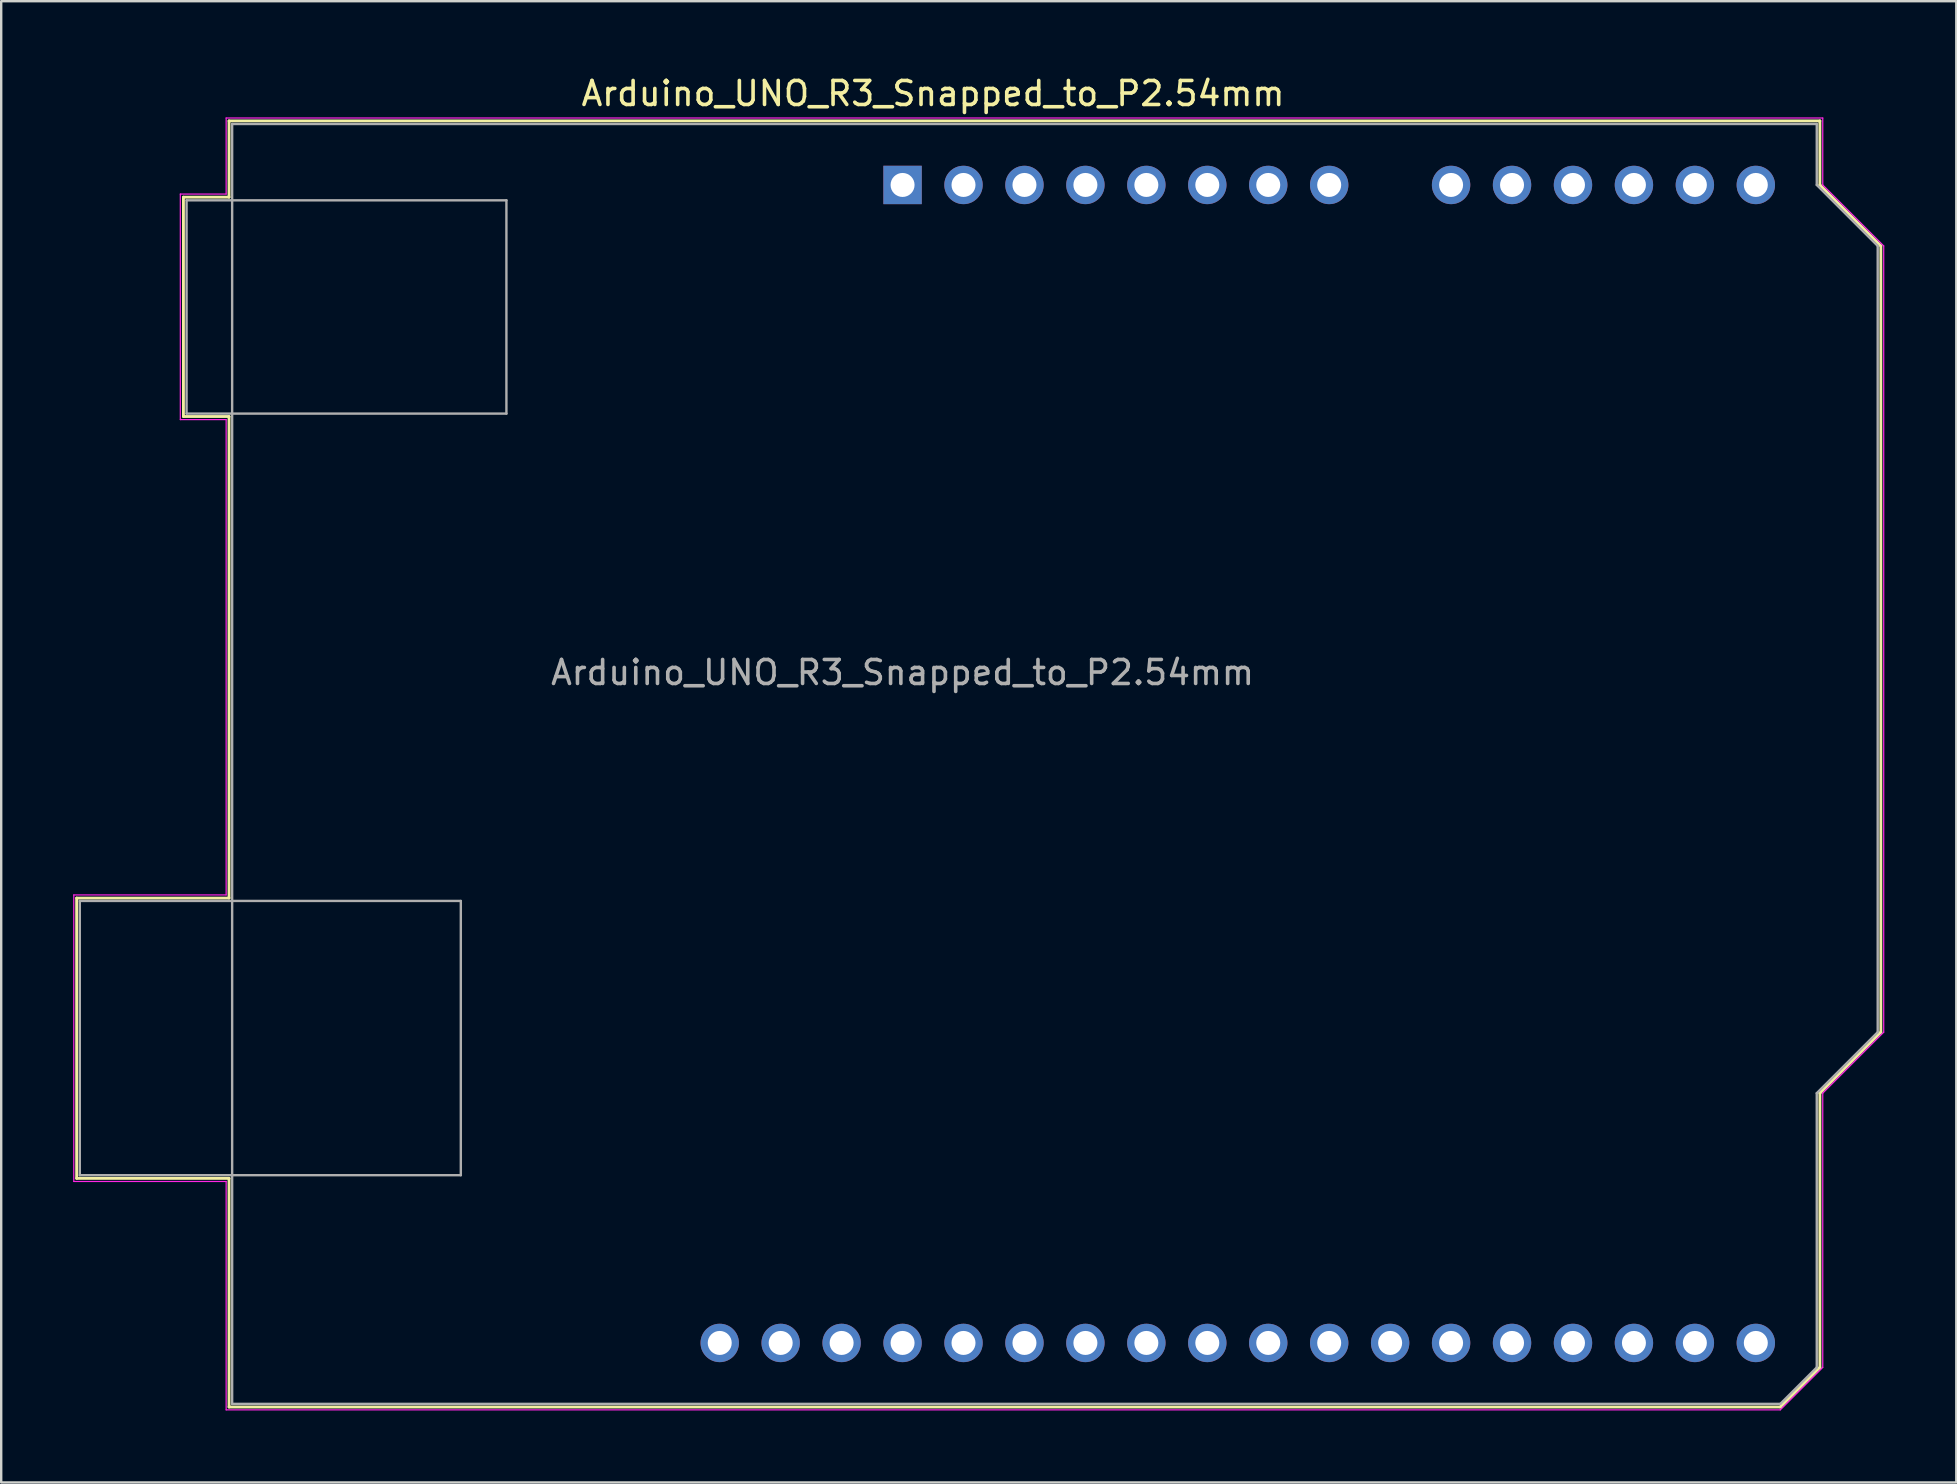
<source format=kicad_pcb>
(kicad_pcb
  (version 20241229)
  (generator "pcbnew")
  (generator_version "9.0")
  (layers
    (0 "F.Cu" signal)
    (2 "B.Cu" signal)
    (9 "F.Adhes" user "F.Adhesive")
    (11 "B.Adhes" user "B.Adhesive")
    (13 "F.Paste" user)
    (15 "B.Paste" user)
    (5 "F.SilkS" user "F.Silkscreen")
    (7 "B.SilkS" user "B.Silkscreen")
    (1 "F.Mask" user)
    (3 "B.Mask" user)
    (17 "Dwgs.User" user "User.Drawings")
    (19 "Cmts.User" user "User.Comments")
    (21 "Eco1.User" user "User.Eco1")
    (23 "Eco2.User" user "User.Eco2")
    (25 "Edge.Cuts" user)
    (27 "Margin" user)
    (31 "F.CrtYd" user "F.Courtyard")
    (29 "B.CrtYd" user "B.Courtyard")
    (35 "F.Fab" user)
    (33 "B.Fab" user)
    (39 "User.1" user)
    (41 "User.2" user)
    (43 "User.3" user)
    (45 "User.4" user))
  (footprint "Arduino_UNO_R3_Snapped_to_P2.54mm"
    (layer "F.Cu")
    (at 34.565 4.658)
    (property "Reference" "Arduino_UNO_R3_Snapped_to_P2.54mm" (at 1.27 -3.81 180) (layer "F.SilkS") (effects (font (size 1 1) (thickness 0.15))))
    (attr through_hole)
    (fp_line (start -34.42 29.72) (end -34.42 41.4) (stroke (width 0.12) (type solid)) (layer "F.SilkS"))
    (fp_line (start -34.42 41.4) (end -28.07 41.4) (stroke (width 0.12) (type solid)) (layer "F.SilkS"))
    (fp_line (start -29.97 0.51) (end -29.97 9.65) (stroke (width 0.12) (type solid)) (layer "F.SilkS"))
    (fp_line (start -29.97 9.65) (end -28.07 9.65) (stroke (width 0.12) (type solid)) (layer "F.SilkS"))
    (fp_line (start -28.07 -2.67) (end -28.07 0.51) (stroke (width 0.12) (type solid)) (layer "F.SilkS"))
    (fp_line (start -28.07 0.51) (end -29.97 0.51) (stroke (width 0.12) (type solid)) (layer "F.SilkS"))
    (fp_line (start -28.07 9.65) (end -28.07 29.72) (stroke (width 0.12) (type solid)) (layer "F.SilkS"))
    (fp_line (start -28.07 29.72) (end -34.42 29.72) (stroke (width 0.12) (type solid)) (layer "F.SilkS"))
    (fp_line (start -28.07 41.4) (end -28.07 50.93) (stroke (width 0.12) (type solid)) (layer "F.SilkS"))
    (fp_line (start -28.07 50.93) (end 36.58 50.93) (stroke (width 0.12) (type solid)) (layer "F.SilkS"))
    (fp_line (start 36.58 50.93) (end 38.23 49.28) (stroke (width 0.12) (type solid)) (layer "F.SilkS"))
    (fp_line (start 38.23 -2.67) (end -28.07 -2.67) (stroke (width 0.12) (type solid)) (layer "F.SilkS"))
    (fp_line (start 38.23 0) (end 38.23 -2.67) (stroke (width 0.12) (type solid)) (layer "F.SilkS"))
    (fp_line (start 38.23 37.85) (end 40.77 35.31) (stroke (width 0.12) (type solid)) (layer "F.SilkS"))
    (fp_line (start 38.23 49.28) (end 38.23 37.85) (stroke (width 0.12) (type solid)) (layer "F.SilkS"))
    (fp_line (start 40.77 2.54) (end 38.23 0) (stroke (width 0.12) (type solid)) (layer "F.SilkS"))
    (fp_line (start 40.77 35.31) (end 40.77 2.54) (stroke (width 0.12) (type solid)) (layer "F.SilkS"))
    (fp_line (start -34.54 29.59) (end -28.19 29.59) (stroke (width 0.05) (type solid)) (layer "F.CrtYd"))
    (fp_line (start -34.54 41.53) (end -34.54 29.59) (stroke (width 0.05) (type solid)) (layer "F.CrtYd"))
    (fp_line (start -30.1 0.38) (end -28.19 0.38) (stroke (width 0.05) (type solid)) (layer "F.CrtYd"))
    (fp_line (start -30.1 9.78) (end -30.1 0.38) (stroke (width 0.05) (type solid)) (layer "F.CrtYd"))
    (fp_line (start -28.19 -2.79) (end 38.35 -2.79) (stroke (width 0.05) (type solid)) (layer "F.CrtYd"))
    (fp_line (start -28.19 0.38) (end -28.19 -2.79) (stroke (width 0.05) (type solid)) (layer "F.CrtYd"))
    (fp_line (start -28.19 9.78) (end -30.1 9.78) (stroke (width 0.05) (type solid)) (layer "F.CrtYd"))
    (fp_line (start -28.19 29.59) (end -28.19 9.78) (stroke (width 0.05) (type solid)) (layer "F.CrtYd"))
    (fp_line (start -28.19 41.53) (end -34.54 41.53) (stroke (width 0.05) (type solid)) (layer "F.CrtYd"))
    (fp_line (start -28.19 51.05) (end -28.19 41.53) (stroke (width 0.05) (type solid)) (layer "F.CrtYd"))
    (fp_line (start 36.58 51.05) (end -28.19 51.05) (stroke (width 0.05) (type solid)) (layer "F.CrtYd"))
    (fp_line (start 38.35 -2.79) (end 38.35 0) (stroke (width 0.05) (type solid)) (layer "F.CrtYd"))
    (fp_line (start 38.35 0) (end 40.89 2.54) (stroke (width 0.05) (type solid)) (layer "F.CrtYd"))
    (fp_line (start 38.35 37.85) (end 38.35 49.28) (stroke (width 0.05) (type solid)) (layer "F.CrtYd"))
    (fp_line (start 38.35 49.28) (end 36.58 51.05) (stroke (width 0.05) (type solid)) (layer "F.CrtYd"))
    (fp_line (start 40.89 2.54) (end 40.89 35.31) (stroke (width 0.05) (type solid)) (layer "F.CrtYd"))
    (fp_line (start 40.89 35.31) (end 38.35 37.85) (stroke (width 0.05) (type solid)) (layer "F.CrtYd"))
    (fp_line (start -34.29 29.84) (end -18.41 29.84) (stroke (width 0.1) (type solid)) (layer "F.Fab"))
    (fp_line (start -34.29 41.27) (end -34.29 29.84) (stroke (width 0.1) (type solid)) (layer "F.Fab"))
    (fp_line (start -29.84 0.64) (end -16.51 0.64) (stroke (width 0.1) (type solid)) (layer "F.Fab"))
    (fp_line (start -29.84 9.53) (end -29.84 0.64) (stroke (width 0.1) (type solid)) (layer "F.Fab"))
    (fp_line (start -27.94 -2.54) (end 38.1 -2.54) (stroke (width 0.1) (type solid)) (layer "F.Fab"))
    (fp_line (start -27.94 50.8) (end -27.94 -2.54) (stroke (width 0.1) (type solid)) (layer "F.Fab"))
    (fp_line (start -18.41 29.84) (end -18.41 41.27) (stroke (width 0.1) (type solid)) (layer "F.Fab"))
    (fp_line (start -18.41 41.27) (end -34.29 41.27) (stroke (width 0.1) (type solid)) (layer "F.Fab"))
    (fp_line (start -16.51 0.64) (end -16.51 9.53) (stroke (width 0.1) (type solid)) (layer "F.Fab"))
    (fp_line (start -16.51 9.53) (end -29.84 9.53) (stroke (width 0.1) (type solid)) (layer "F.Fab"))
    (fp_line (start 36.58 50.8) (end -27.94 50.8) (stroke (width 0.1) (type solid)) (layer "F.Fab"))
    (fp_line (start 38.1 -2.54) (end 38.1 0) (stroke (width 0.1) (type solid)) (layer "F.Fab"))
    (fp_line (start 38.1 0) (end 40.64 2.54) (stroke (width 0.1) (type solid)) (layer "F.Fab"))
    (fp_line (start 38.1 37.85) (end 38.1 49.28) (stroke (width 0.1) (type solid)) (layer "F.Fab"))
    (fp_line (start 38.1 49.28) (end 36.58 50.8) (stroke (width 0.1) (type solid)) (layer "F.Fab"))
    (fp_line (start 40.64 2.54) (end 40.64 35.31) (stroke (width 0.1) (type solid)) (layer "F.Fab"))
    (fp_line (start 40.64 35.31) (end 38.1 37.85) (stroke (width 0.1) (type solid)) (layer "F.Fab"))
    (fp_text user "${REFERENCE}" (at 0 20.32 180) (layer "F.Fab") (effects (font (size 1 1) (thickness 0.15))))
    (pad "1" thru_hole rect (at 0 0 90) (size 1.6 1.6) (drill 1) (layers "*.Cu" "*.Mask"))
    (pad "2" thru_hole oval (at 2.54 0 90) (size 1.6 1.6) (drill 1) (layers "*.Cu" "*.Mask"))
    (pad "3" thru_hole oval (at 5.08 0 90) (size 1.6 1.6) (drill 1) (layers "*.Cu" "*.Mask"))
    (pad "4" thru_hole oval (at 7.62 0 90) (size 1.6 1.6) (drill 1) (layers "*.Cu" "*.Mask"))
    (pad "5" thru_hole oval (at 10.16 0 90) (size 1.6 1.6) (drill 1) (layers "*.Cu" "*.Mask"))
    (pad "6" thru_hole oval (at 12.7 0 90) (size 1.6 1.6) (drill 1) (layers "*.Cu" "*.Mask"))
    (pad "7" thru_hole oval (at 15.24 0 90) (size 1.6 1.6) (drill 1) (layers "*.Cu" "*.Mask"))
    (pad "8" thru_hole oval (at 17.78 0 90) (size 1.6 1.6) (drill 1) (layers "*.Cu" "*.Mask"))
    (pad "9" thru_hole oval (at 22.86 0 90) (size 1.6 1.6) (drill 1) (layers "*.Cu" "*.Mask"))
    (pad "10" thru_hole oval (at 25.4 0 90) (size 1.6 1.6) (drill 1) (layers "*.Cu" "*.Mask"))
    (pad "11" thru_hole oval (at 27.94 0 90) (size 1.6 1.6) (drill 1) (layers "*.Cu" "*.Mask"))
    (pad "12" thru_hole oval (at 30.48 0 90) (size 1.6 1.6) (drill 1) (layers "*.Cu" "*.Mask"))
    (pad "13" thru_hole oval (at 33.02 0 90) (size 1.6 1.6) (drill 1) (layers "*.Cu" "*.Mask"))
    (pad "14" thru_hole oval (at 35.56 0 90) (size 1.6 1.6) (drill 1) (layers "*.Cu" "*.Mask"))
    (pad "15" thru_hole oval (at 35.56 48.26 90) (size 1.6 1.6) (drill 1) (layers "*.Cu" "*.Mask"))
    (pad "16" thru_hole oval (at 33.02 48.26 90) (size 1.6 1.6) (drill 1) (layers "*.Cu" "*.Mask"))
    (pad "17" thru_hole oval (at 30.48 48.26 90) (size 1.6 1.6) (drill 1) (layers "*.Cu" "*.Mask"))
    (pad "18" thru_hole oval (at 27.94 48.26 90) (size 1.6 1.6) (drill 1) (layers "*.Cu" "*.Mask"))
    (pad "19" thru_hole oval (at 25.4 48.26 90) (size 1.6 1.6) (drill 1) (layers "*.Cu" "*.Mask"))
    (pad "20" thru_hole oval (at 22.86 48.26 90) (size 1.6 1.6) (drill 1) (layers "*.Cu" "*.Mask"))
    (pad "21" thru_hole oval (at 20.32 48.26 90) (size 1.6 1.6) (drill 1) (layers "*.Cu" "*.Mask"))
    (pad "22" thru_hole oval (at 17.78 48.26 90) (size 1.6 1.6) (drill 1) (layers "*.Cu" "*.Mask"))
    (pad "23" thru_hole oval (at 15.24 48.26 90) (size 1.6 1.6) (drill 1) (layers "*.Cu" "*.Mask"))
    (pad "24" thru_hole oval (at 12.7 48.26 90) (size 1.6 1.6) (drill 1) (layers "*.Cu" "*.Mask"))
    (pad "25" thru_hole oval (at 10.16 48.26 90) (size 1.6 1.6) (drill 1) (layers "*.Cu" "*.Mask"))
    (pad "26" thru_hole oval (at 7.62 48.26 90) (size 1.6 1.6) (drill 1) (layers "*.Cu" "*.Mask"))
    (pad "27" thru_hole oval (at 5.08 48.26 90) (size 1.6 1.6) (drill 1) (layers "*.Cu" "*.Mask"))
    (pad "28" thru_hole oval (at 2.54 48.26 90) (size 1.6 1.6) (drill 1) (layers "*.Cu" "*.Mask"))
    (pad "29" thru_hole oval (at 0 48.26 90) (size 1.6 1.6) (drill 1) (layers "*.Cu" "*.Mask"))
    (pad "30" thru_hole oval (at -2.54 48.26 90) (size 1.6 1.6) (drill 1) (layers "*.Cu" "*.Mask"))
    (pad "31" thru_hole oval (at -5.08 48.26 90) (size 1.6 1.6) (drill 1) (layers "*.Cu" "*.Mask"))
    (pad "32" thru_hole oval (at -7.62 48.26 90) (size 1.6 1.6) (drill 1) (layers "*.Cu" "*.Mask")))
  (gr_rect
    (start -3 -3)
    (end 78.48 58.733)
    (stroke (width 0.1) (type default))
    (fill no)
    (layer "Edge.Cuts")))
</source>
